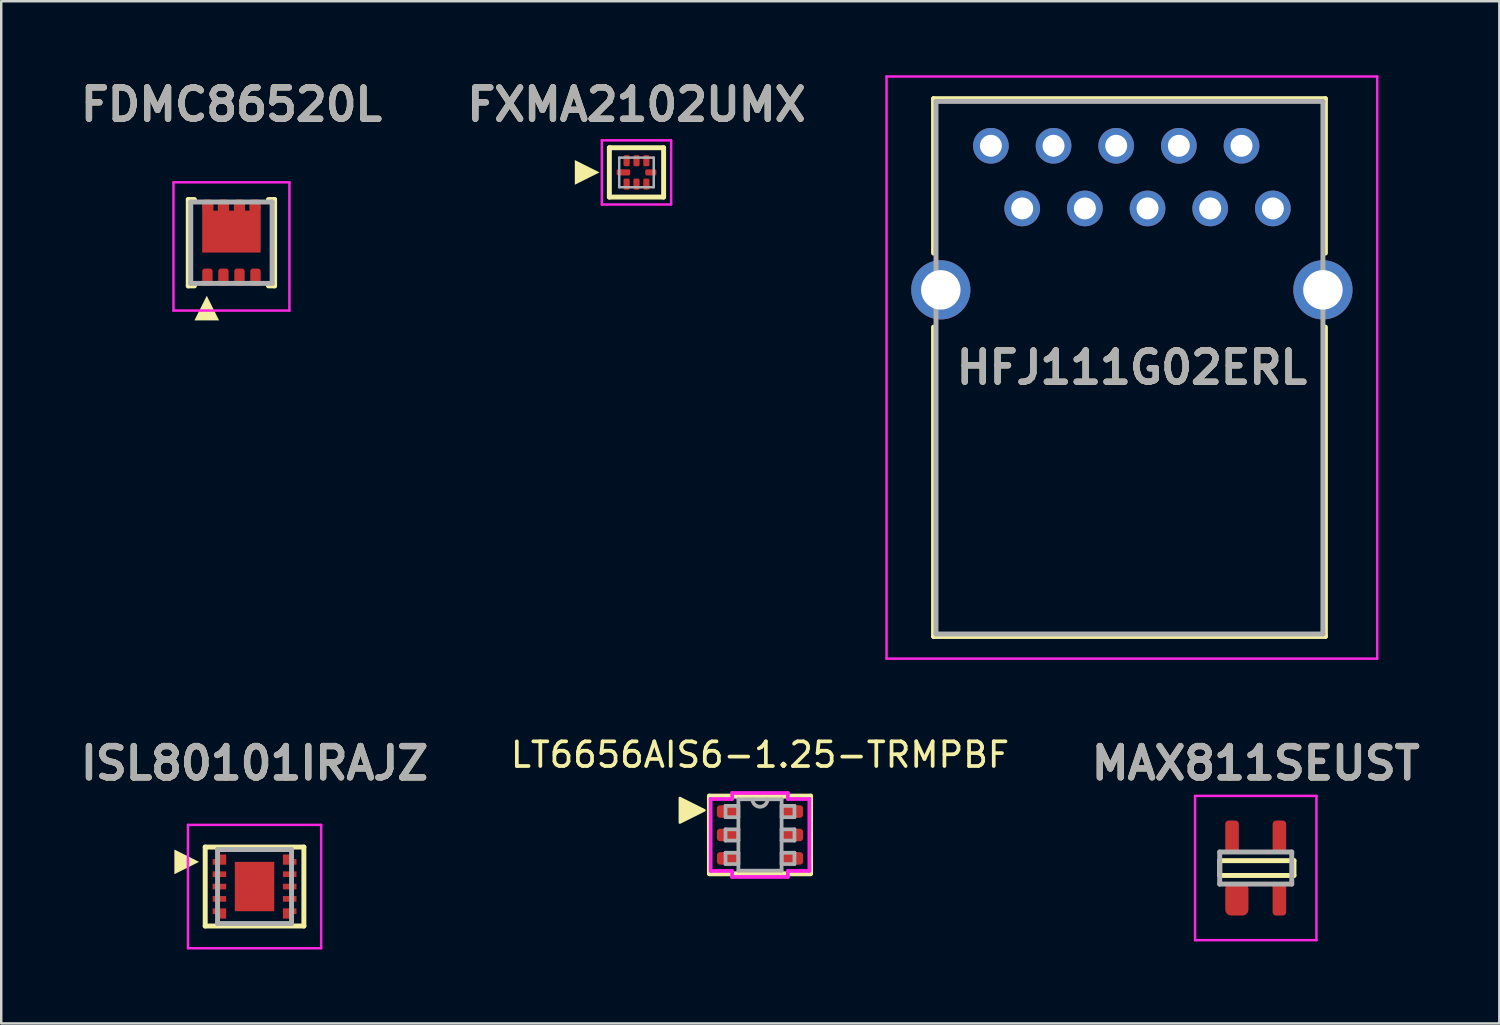
<source format=kicad_pcb>
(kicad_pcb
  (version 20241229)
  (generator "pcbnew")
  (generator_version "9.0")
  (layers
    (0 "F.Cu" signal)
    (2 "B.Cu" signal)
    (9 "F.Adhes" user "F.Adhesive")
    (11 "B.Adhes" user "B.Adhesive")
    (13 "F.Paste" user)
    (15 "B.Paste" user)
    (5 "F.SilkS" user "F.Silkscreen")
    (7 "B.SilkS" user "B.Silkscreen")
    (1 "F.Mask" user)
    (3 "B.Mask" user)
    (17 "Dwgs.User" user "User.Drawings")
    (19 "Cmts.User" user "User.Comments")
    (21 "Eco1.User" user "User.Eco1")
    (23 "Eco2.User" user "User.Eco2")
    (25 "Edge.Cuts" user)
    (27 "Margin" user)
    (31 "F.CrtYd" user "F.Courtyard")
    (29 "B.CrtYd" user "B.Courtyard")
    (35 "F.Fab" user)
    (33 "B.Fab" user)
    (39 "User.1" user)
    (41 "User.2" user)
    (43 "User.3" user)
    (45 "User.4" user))
  (footprint "ISL80101IRAJZ"
    (layer "F.Cu")
    (at 7.269 32.889)
    (property "Reference" "ISL80101IRAJZ" (at 0 -5 0) (layer "F.SilkS") (effects (font (size 1.27 1.27) (thickness 0.254))))
    (attr smd)
    (fp_line (start -2 -1.6) (end -2 1.6) (stroke (width 0.2) (type solid)) (layer "F.SilkS"))
    (fp_line (start -2 -1.6) (end 2 -1.6) (stroke (width 0.2) (type solid)) (layer "F.SilkS"))
    (fp_line (start -2 1.6) (end 2 1.6) (stroke (width 0.2) (type solid)) (layer "F.SilkS"))
    (fp_line (start 2 -1.6) (end 2 1.6) (stroke (width 0.2) (type solid)) (layer "F.SilkS"))
    (fp_poly (pts (xy -2.25 -1) (xy -3.25 -0.5) (xy -3.25 -1.5)) (stroke (width 0) (type solid)) (fill yes) (layer "F.SilkS"))
    (fp_line (start -2.7 -2.5) (end 2.7 -2.5) (stroke (width 0.1) (type solid)) (layer "F.CrtYd"))
    (fp_line (start -2.7 2.5) (end -2.7 -2.5) (stroke (width 0.1) (type solid)) (layer "F.CrtYd"))
    (fp_line (start 2.7 -2.5) (end 2.7 2.5) (stroke (width 0.1) (type solid)) (layer "F.CrtYd"))
    (fp_line (start 2.7 2.5) (end -2.7 2.5) (stroke (width 0.1) (type solid)) (layer "F.CrtYd"))
    (fp_line (start -1.5 -1.5) (end 1.5 -1.5) (stroke (width 0.2) (type solid)) (layer "F.Fab"))
    (fp_line (start -1.5 1.5) (end -1.5 -1.5) (stroke (width 0.2) (type solid)) (layer "F.Fab"))
    (fp_line (start 1.5 -1.5) (end 1.5 1.5) (stroke (width 0.2) (type solid)) (layer "F.Fab"))
    (fp_line (start 1.5 1.5) (end -1.5 1.5) (stroke (width 0.2) (type solid)) (layer "F.Fab"))
    (fp_text user "${REFERENCE}" (at 0 -5 0) (layer "F.Fab") (effects (font (size 1.27 1.27) (thickness 0.254))))
    (pad "1" smd rect (at -1.425 -1 90) (size 0.23 0.55) (layers "F.Cu" "F.Mask" "F.Paste"))
    (pad "2" smd rect (at -1.425 -0.5 90) (size 0.23 0.55) (layers "F.Cu" "F.Mask" "F.Paste"))
    (pad "3" smd rect (at -1.425 0 90) (size 0.23 0.55) (layers "F.Cu" "F.Mask" "F.Paste"))
    (pad "4" smd rect (at -1.425 0.5 90) (size 0.23 0.55) (layers "F.Cu" "F.Mask" "F.Paste"))
    (pad "5" smd rect (at -1.425 1 90) (size 0.23 0.55) (layers "F.Cu" "F.Mask" "F.Paste"))
    (pad "6" smd rect (at 1.425 1 90) (size 0.23 0.55) (layers "F.Cu" "F.Mask" "F.Paste"))
    (pad "7" smd rect (at 1.425 0.5 90) (size 0.23 0.55) (layers "F.Cu" "F.Mask" "F.Paste"))
    (pad "8" smd rect (at 1.425 0 90) (size 0.23 0.55) (layers "F.Cu" "F.Mask" "F.Paste"))
    (pad "9" smd rect (at 1.425 -0.5 90) (size 0.23 0.55) (layers "F.Cu" "F.Mask" "F.Paste"))
    (pad "10" smd rect (at 1.425 -1 90) (size 0.23 0.55) (layers "F.Cu" "F.Mask" "F.Paste"))
    (pad "11" smd rect (at 0 0) (size 1.6 2) (layers "F.Cu" "F.Mask" "F.Paste"))
    (pad "12" smd rect (at -1.288 -1.207 90) (size 0.185 0.275) (layers "F.Cu" "F.Mask" "F.Paste"))
    (pad "13" smd rect (at -1.288 1.207 90) (size 0.185 0.275) (layers "F.Cu" "F.Mask" "F.Paste"))
    (pad "14" smd rect (at 1.288 1.207 90) (size 0.185 0.275) (layers "F.Cu" "F.Mask" "F.Paste"))
    (pad "15" smd rect (at 1.288 -1.207 90) (size 0.185 0.275) (layers "F.Cu" "F.Mask" "F.Paste")))
  (footprint "FXMA2102UMX"
    (layer "F.Cu")
    (at 22.752 3.939)
    (property "Reference" "FXMA2102UMX" (at 0 -2.75 0) (layer "F.SilkS") (effects (font (size 1.27 1.27) (thickness 0.254))))
    (attr smd)
    (fp_line (start -1.1 -1) (end 1.1 -1) (stroke (width 0.2) (type solid)) (layer "F.SilkS"))
    (fp_line (start -1.1 1) (end -1.1 -1) (stroke (width 0.2) (type solid)) (layer "F.SilkS"))
    (fp_line (start 1.1 -1) (end 1.1 1) (stroke (width 0.2) (type solid)) (layer "F.SilkS"))
    (fp_line (start 1.1 1) (end -1.1 1) (stroke (width 0.2) (type solid)) (layer "F.SilkS"))
    (fp_poly (pts (xy -1.5 0) (xy -2.5 0.5) (xy -2.5 -0.5)) (stroke (width 0) (type solid)) (fill yes) (layer "F.SilkS"))
    (fp_line (start -1.405 -1.3) (end 1.405 -1.3) (stroke (width 0.1) (type solid)) (layer "F.CrtYd"))
    (fp_line (start -1.405 1.3) (end -1.405 -1.3) (stroke (width 0.1) (type solid)) (layer "F.CrtYd"))
    (fp_line (start 1.405 -1.3) (end 1.405 1.3) (stroke (width 0.1) (type solid)) (layer "F.CrtYd"))
    (fp_line (start 1.405 1.3) (end -1.405 1.3) (stroke (width 0.1) (type solid)) (layer "F.CrtYd"))
    (fp_line (start -0.7 -0.6) (end 0.7 -0.6) (stroke (width 0.1) (type solid)) (layer "F.Fab"))
    (fp_line (start -0.7 0.6) (end -0.7 -0.6) (stroke (width 0.1) (type solid)) (layer "F.Fab"))
    (fp_line (start 0.7 -0.6) (end 0.7 0.6) (stroke (width 0.1) (type solid)) (layer "F.Fab"))
    (fp_line (start 0.7 0.6) (end -0.7 0.6) (stroke (width 0.1) (type solid)) (layer "F.Fab"))
    (fp_text user "${REFERENCE}" (at 0 -2.75 0) (layer "F.Fab") (effects (font (size 1.27 1.27) (thickness 0.254))))
    (pad "1" smd roundrect (at -0.53 0 90) (size 0.25 0.55) (layers "F.Cu" "F.Mask" "F.Paste") (roundrect_rratio 0.25))
    (pad "2" smd roundrect (at -0.4 0.475) (size 0.25 0.45) (layers "F.Cu" "F.Mask" "F.Paste") (roundrect_rratio 0.25))
    (pad "3" smd roundrect (at 0 0.475) (size 0.25 0.45) (layers "F.Cu" "F.Mask" "F.Paste") (roundrect_rratio 0.25))
    (pad "4" smd roundrect (at 0.4 0.475) (size 0.25 0.45) (layers "F.Cu" "F.Mask" "F.Paste") (roundrect_rratio 0.25))
    (pad "5" smd roundrect (at 0.58 0 90) (size 0.25 0.45) (layers "F.Cu" "F.Mask" "F.Paste") (roundrect_rratio 0.25))
    (pad "6" smd roundrect (at 0.4 -0.475) (size 0.25 0.45) (layers "F.Cu" "F.Mask" "F.Paste") (roundrect_rratio 0.25))
    (pad "7" smd roundrect (at 0 -0.475) (size 0.25 0.45) (layers "F.Cu" "F.Mask" "F.Paste") (roundrect_rratio 0.25))
    (pad "8" smd roundrect (at -0.4 -0.475) (size 0.25 0.45) (layers "F.Cu" "F.Mask" "F.Paste") (roundrect_rratio 0.25)))
  (footprint "MAX811SEUST"
    (layer "F.Cu")
    (at 47.855 32.139)
    (property "Reference" "MAX811SEUST" (at 0 -4.25 0) (layer "F.SilkS") (effects (font (size 1.27 1.27) (thickness 0.254))))
    (attr smd)
    (fp_line (start -1.46 -0.3) (end 1.55 -0.3) (stroke (width 0.2) (type solid)) (layer "F.SilkS"))
    (fp_line (start -1.46 0.3) (end -1.46 -0.3) (stroke (width 0.2) (type solid)) (layer "F.SilkS"))
    (fp_line (start -1.46 0.3) (end 1.55 0.3) (stroke (width 0.2) (type solid)) (layer "F.SilkS"))
    (fp_line (start 1.55 0.3) (end 1.55 -0.3) (stroke (width 0.2) (type solid)) (layer "F.SilkS"))
    (fp_line (start -2.46 -2.925) (end 2.46 -2.925) (stroke (width 0.1) (type solid)) (layer "F.CrtYd"))
    (fp_line (start -2.46 2.925) (end -2.46 -2.925) (stroke (width 0.1) (type solid)) (layer "F.CrtYd"))
    (fp_line (start 2.46 -2.925) (end 2.46 2.925) (stroke (width 0.1) (type solid)) (layer "F.CrtYd"))
    (fp_line (start 2.46 2.925) (end -2.46 2.925) (stroke (width 0.1) (type solid)) (layer "F.CrtYd"))
    (fp_line (start -1.46 -0.65) (end 1.46 -0.65) (stroke (width 0.2) (type solid)) (layer "F.Fab"))
    (fp_line (start -1.46 0.65) (end -1.46 -0.65) (stroke (width 0.2) (type solid)) (layer "F.Fab"))
    (fp_line (start 1.46 -0.65) (end 1.46 0.65) (stroke (width 0.2) (type solid)) (layer "F.Fab"))
    (fp_line (start 1.46 0.65) (end -1.46 0.65) (stroke (width 0.2) (type solid)) (layer "F.Fab"))
    (fp_text user "${REFERENCE}" (at 0 -4.25 0) (layer "F.Fab") (effects (font (size 1.27 1.27) (thickness 0.254))))
    (pad "1" smd roundrect (at -0.765 1.27) (size 0.94 1.31) (layers "F.Cu" "F.Mask" "F.Paste") (roundrect_rratio 0.25))
    (pad "2" smd roundrect (at 0.96 1.27) (size 0.55 1.31) (layers "F.Cu" "F.Mask" "F.Paste") (roundrect_rratio 0.25))
    (pad "3" smd roundrect (at 0.96 -1.27) (size 0.55 1.31) (layers "F.Cu" "F.Mask" "F.Paste") (roundrect_rratio 0.25))
    (pad "4" smd roundrect (at -0.96 -1.27) (size 0.55 1.31) (layers "F.Cu" "F.Mask" "F.Paste") (roundrect_rratio 0.25)))
  (footprint "LT6656AIS6-1.25-TRMPBF"
    (layer "F.Cu")
    (at 27.759 30.798)
    (property "Reference" "LT6656AIS6-1.25-TRMPBF" (at 0 -3.25 0) (layer "F.SilkS") (effects (font (size 1 1) (thickness 0.15))))
    (attr through_hole)
    (fp_line (start -2.05 -1.575) (end -2.05 1.55) (stroke (width 0.2) (type solid)) (layer "F.SilkS"))
    (fp_line (start -2.05 1.575) (end 2.05 1.575) (stroke (width 0.2) (type solid)) (layer "F.SilkS"))
    (fp_line (start 2.05 -1.575) (end -2.05 -1.575) (stroke (width 0.2) (type solid)) (layer "F.SilkS"))
    (fp_line (start 2.05 -1.575) (end 2.05 1.55) (stroke (width 0.2) (type solid)) (layer "F.SilkS"))
    (fp_poly (pts (xy -2.25 -1) (xy -3.25 -0.5) (xy -3.25 -1.5)) (stroke (width 0.1) (type solid)) (fill yes) (layer "F.SilkS"))
    (fp_line (start -2.001 -1.458) (end -1.13 -1.458) (stroke (width 0.152) (type solid)) (layer "F.CrtYd"))
    (fp_line (start -2.001 1.458) (end -2.001 -1.458) (stroke (width 0.152) (type solid)) (layer "F.CrtYd"))
    (fp_line (start -1.13 -1.702) (end 1.13 -1.702) (stroke (width 0.152) (type solid)) (layer "F.CrtYd"))
    (fp_line (start -1.13 -1.458) (end -1.13 -1.702) (stroke (width 0.152) (type solid)) (layer "F.CrtYd"))
    (fp_line (start -1.13 1.458) (end -2.001 1.458) (stroke (width 0.152) (type solid)) (layer "F.CrtYd"))
    (fp_line (start -1.13 1.702) (end -1.13 1.458) (stroke (width 0.152) (type solid)) (layer "F.CrtYd"))
    (fp_line (start 1.13 -1.702) (end 1.13 -1.458) (stroke (width 0.152) (type solid)) (layer "F.CrtYd"))
    (fp_line (start 1.13 -1.458) (end 2.001 -1.458) (stroke (width 0.152) (type solid)) (layer "F.CrtYd"))
    (fp_line (start 1.13 1.458) (end 1.13 1.702) (stroke (width 0.152) (type solid)) (layer "F.CrtYd"))
    (fp_line (start 1.13 1.702) (end -1.13 1.702) (stroke (width 0.152) (type solid)) (layer "F.CrtYd"))
    (fp_line (start 2.001 -1.458) (end 2.001 1.458) (stroke (width 0.152) (type solid)) (layer "F.CrtYd"))
    (fp_line (start 2.001 1.458) (end 1.13 1.458) (stroke (width 0.152) (type solid)) (layer "F.CrtYd"))
    (fp_line (start -1.397 -1.179) (end -1.397 -0.721) (stroke (width 0.152) (type solid)) (layer "F.Fab"))
    (fp_line (start -1.397 -0.721) (end -0.876 -0.721) (stroke (width 0.152) (type solid)) (layer "F.Fab"))
    (fp_line (start -1.397 -0.229) (end -1.397 0.229) (stroke (width 0.152) (type solid)) (layer "F.Fab"))
    (fp_line (start -1.397 0.229) (end -0.876 0.229) (stroke (width 0.152) (type solid)) (layer "F.Fab"))
    (fp_line (start -1.397 0.721) (end -1.397 1.179) (stroke (width 0.152) (type solid)) (layer "F.Fab"))
    (fp_line (start -1.397 1.179) (end -0.876 1.179) (stroke (width 0.152) (type solid)) (layer "F.Fab"))
    (fp_line (start -0.876 -1.448) (end -0.876 1.448) (stroke (width 0.152) (type solid)) (layer "F.Fab"))
    (fp_line (start -0.876 -1.179) (end -1.397 -1.179) (stroke (width 0.152) (type solid)) (layer "F.Fab"))
    (fp_line (start -0.876 -0.721) (end -0.876 -1.179) (stroke (width 0.152) (type solid)) (layer "F.Fab"))
    (fp_line (start -0.876 -0.229) (end -1.397 -0.229) (stroke (width 0.152) (type solid)) (layer "F.Fab"))
    (fp_line (start -0.876 0.229) (end -0.876 -0.229) (stroke (width 0.152) (type solid)) (layer "F.Fab"))
    (fp_line (start -0.876 0.721) (end -1.397 0.721) (stroke (width 0.152) (type solid)) (layer "F.Fab"))
    (fp_line (start -0.876 1.179) (end -0.876 0.721) (stroke (width 0.152) (type solid)) (layer "F.Fab"))
    (fp_line (start -0.876 1.448) (end 0.876 1.448) (stroke (width 0.152) (type solid)) (layer "F.Fab"))
    (fp_line (start 0.876 -1.448) (end -0.876 -1.448) (stroke (width 0.152) (type solid)) (layer "F.Fab"))
    (fp_line (start 0.876 -1.179) (end 0.876 -0.721) (stroke (width 0.152) (type solid)) (layer "F.Fab"))
    (fp_line (start 0.876 -0.721) (end 1.397 -0.721) (stroke (width 0.152) (type solid)) (layer "F.Fab"))
    (fp_line (start 0.876 -0.229) (end 0.876 0.229) (stroke (width 0.152) (type solid)) (layer "F.Fab"))
    (fp_line (start 0.876 0.229) (end 1.397 0.229) (stroke (width 0.152) (type solid)) (layer "F.Fab"))
    (fp_line (start 0.876 0.721) (end 0.876 1.179) (stroke (width 0.152) (type solid)) (layer "F.Fab"))
    (fp_line (start 0.876 1.179) (end 1.397 1.179) (stroke (width 0.152) (type solid)) (layer "F.Fab"))
    (fp_line (start 0.876 1.448) (end 0.876 -1.448) (stroke (width 0.152) (type solid)) (layer "F.Fab"))
    (fp_line (start 1.397 -1.179) (end 0.876 -1.179) (stroke (width 0.152) (type solid)) (layer "F.Fab"))
    (fp_line (start 1.397 -0.721) (end 1.397 -1.179) (stroke (width 0.152) (type solid)) (layer "F.Fab"))
    (fp_line (start 1.397 -0.229) (end 0.876 -0.229) (stroke (width 0.152) (type solid)) (layer "F.Fab"))
    (fp_line (start 1.397 0.229) (end 1.397 -0.229) (stroke (width 0.152) (type solid)) (layer "F.Fab"))
    (fp_line (start 1.397 0.721) (end 0.876 0.721) (stroke (width 0.152) (type solid)) (layer "F.Fab"))
    (fp_line (start 1.397 1.179) (end 1.397 0.721) (stroke (width 0.152) (type solid)) (layer "F.Fab"))
    (fp_arc (start 0.3048 -1.4478) (mid 0 -1.143) (end -0.3048 -1.4478) (stroke (width 0.1524) (type solid)) (layer "F.Fab"))
    (pad "1" smd roundrect (at -1.312 -0.95) (size 0.871 0.507) (layers "F.Cu" "F.Mask" "F.Paste") (roundrect_rratio 0.25))
    (pad "2" smd roundrect (at -1.312 0) (size 0.871 0.507) (layers "F.Cu" "F.Mask" "F.Paste") (roundrect_rratio 0.25))
    (pad "3" smd roundrect (at -1.312 0.95) (size 0.871 0.507) (layers "F.Cu" "F.Mask" "F.Paste") (roundrect_rratio 0.25))
    (pad "4" smd roundrect (at 1.312 0.95) (size 0.871 0.507) (layers "F.Cu" "F.Mask" "F.Paste") (roundrect_rratio 0.25))
    (pad "5" smd roundrect (at 1.312 0) (size 0.871 0.507) (layers "F.Cu" "F.Mask" "F.Paste") (roundrect_rratio 0.25))
    (pad "6" smd roundrect (at 1.312 -0.95) (size 0.871 0.507) (layers "F.Cu" "F.Mask" "F.Paste") (roundrect_rratio 0.25)))
  (footprint "HFJ111G02ERL"
    (layer "F.Cu")
    (at 42.834 2.86)
    (property "Reference" "HFJ111G02ERL" (at 0 8.99 0) (layer "F.SilkS") (effects (font (size 1.27 1.27) (thickness 0.254))))
    (attr through_hole)
    (fp_line (start -8.04 -1.91) (end -8.04 4.35) (stroke (width 0.2) (type solid)) (layer "F.SilkS"))
    (fp_line (start -8.04 19.89) (end -8.04 7.35) (stroke (width 0.2) (type solid)) (layer "F.SilkS"))
    (fp_line (start 7.845 -1.91) (end -8.04 -1.91) (stroke (width 0.2) (type solid)) (layer "F.SilkS"))
    (fp_line (start 7.845 4.35) (end 7.845 -1.91) (stroke (width 0.2) (type solid)) (layer "F.SilkS"))
    (fp_line (start 7.845 7.35) (end 7.845 19.89) (stroke (width 0.2) (type solid)) (layer "F.SilkS"))
    (fp_line (start 7.845 19.89) (end -8.04 19.89) (stroke (width 0.2) (type solid)) (layer "F.SilkS"))
    (fp_line (start -9.945 -2.81) (end 9.945 -2.81) (stroke (width 0.1) (type solid)) (layer "F.CrtYd"))
    (fp_line (start -9.945 20.79) (end -9.945 -2.81) (stroke (width 0.1) (type solid)) (layer "F.CrtYd"))
    (fp_line (start 9.945 -2.81) (end 9.945 20.79) (stroke (width 0.1) (type solid)) (layer "F.CrtYd"))
    (fp_line (start 9.945 20.79) (end -9.945 20.79) (stroke (width 0.1) (type solid)) (layer "F.CrtYd"))
    (fp_line (start -7.94 -1.8) (end 7.745 -1.8) (stroke (width 0.2) (type solid)) (layer "F.Fab"))
    (fp_line (start -7.94 19.79) (end -7.94 -1.8) (stroke (width 0.2) (type solid)) (layer "F.Fab"))
    (fp_line (start 7.745 -1.8) (end 7.745 19.79) (stroke (width 0.2) (type solid)) (layer "F.Fab"))
    (fp_line (start 7.745 19.79) (end -7.94 19.79) (stroke (width 0.2) (type solid)) (layer "F.Fab"))
    (fp_text user "${REFERENCE}" (at 0 8.99 0) (layer "F.Fab") (effects (font (size 1.27 1.27) (thickness 0.254))))
    (pad "" np_thru_hole circle (at -5.715 8.89) (size 0.001 0.001) (drill 3.25) (layers "*.Cu" "*.Mask"))
    (pad "" np_thru_hole circle (at 5.715 8.89) (size 0.001 0.001) (drill 3.25) (layers "*.Cu" "*.Mask"))
    (pad "MH1" thru_hole circle (at -7.745 5.84) (size 2.4 2.4) (drill 1.6) (layers "*.Cu" "*.Mask"))
    (pad "MH2" thru_hole circle (at 7.745 5.84) (size 2.4 2.4) (drill 1.6) (layers "*.Cu" "*.Mask"))
    (pad "P1" thru_hole circle (at -5.715 0) (size 1.446 1.446) (drill 0.89) (layers "*.Cu" "*.Mask"))
    (pad "P2" thru_hole circle (at -4.445 2.54) (size 1.446 1.446) (drill 0.89) (layers "*.Cu" "*.Mask"))
    (pad "P3" thru_hole circle (at -3.175 0) (size 1.446 1.446) (drill 0.89) (layers "*.Cu" "*.Mask"))
    (pad "P4" thru_hole circle (at -1.905 2.54) (size 1.446 1.446) (drill 0.89) (layers "*.Cu" "*.Mask"))
    (pad "P5" thru_hole circle (at -0.635 0) (size 1.446 1.446) (drill 0.89) (layers "*.Cu" "*.Mask"))
    (pad "P6" thru_hole circle (at 0.635 2.54) (size 1.446 1.446) (drill 0.89) (layers "*.Cu" "*.Mask"))
    (pad "P7" thru_hole circle (at 1.905 0) (size 1.446 1.446) (drill 0.89) (layers "*.Cu" "*.Mask"))
    (pad "P8" thru_hole circle (at 3.175 2.54) (size 1.446 1.446) (drill 0.89) (layers "*.Cu" "*.Mask"))
    (pad "P9" thru_hole circle (at 4.445 0) (size 1.446 1.446) (drill 0.89) (layers "*.Cu" "*.Mask"))
    (pad "P10" thru_hole circle (at 5.715 2.54) (size 1.446 1.446) (drill 0.89) (layers "*.Cu" "*.Mask")))
  (footprint "FDMC86520L"
    (layer "F.Cu")
    (at 6.332 6.939)
    (property "Reference" "FDMC86520L" (at 0 -5.75 0) (layer "F.SilkS") (effects (font (size 1.27 1.27) (thickness 0.254))))
    (attr smd)
    (fp_line (start -1.75 -1.9) (end -1.75 1.6) (stroke (width 0.2) (type solid)) (layer "F.SilkS"))
    (fp_line (start -1.75 1.6) (end -1.5 1.6) (stroke (width 0.2) (type solid)) (layer "F.SilkS"))
    (fp_line (start -1.5 -1.9) (end -1.75 -1.9) (stroke (width 0.2) (type solid)) (layer "F.SilkS"))
    (fp_line (start 1.5 -1.9) (end 1.75 -1.9) (stroke (width 0.2) (type solid)) (layer "F.SilkS"))
    (fp_line (start 1.75 -1.9) (end 1.75 1.6) (stroke (width 0.2) (type solid)) (layer "F.SilkS"))
    (fp_line (start 1.75 1.6) (end 1.5 1.6) (stroke (width 0.2) (type solid)) (layer "F.SilkS"))
    (fp_poly (pts (xy -0.5 3) (xy -1.5 3) (xy -1 2)) (stroke (width 0) (type solid)) (fill yes) (layer "F.SilkS"))
    (fp_line (start -2.35 -2.6) (end 2.35 -2.6) (stroke (width 0.1) (type solid)) (layer "F.CrtYd"))
    (fp_line (start -2.35 2.6) (end -2.35 -2.6) (stroke (width 0.1) (type solid)) (layer "F.CrtYd"))
    (fp_line (start 2.35 -2.6) (end 2.35 2.6) (stroke (width 0.1) (type solid)) (layer "F.CrtYd"))
    (fp_line (start 2.35 2.6) (end -2.35 2.6) (stroke (width 0.1) (type solid)) (layer "F.CrtYd"))
    (fp_line (start -1.65 -1.8) (end 1.65 -1.8) (stroke (width 0.2) (type solid)) (layer "F.Fab"))
    (fp_line (start -1.65 1.5) (end -1.65 -1.8) (stroke (width 0.2) (type solid)) (layer "F.Fab"))
    (fp_line (start 1.65 -1.8) (end 1.65 1.5) (stroke (width 0.2) (type solid)) (layer "F.Fab"))
    (fp_line (start 1.65 1.5) (end -1.65 1.5) (stroke (width 0.2) (type solid)) (layer "F.Fab"))
    (fp_text user "${REFERENCE}" (at 0 -5.75 0) (layer "F.Fab") (effects (font (size 1.27 1.27) (thickness 0.254))))
    (pad "1" smd roundrect (at -0.975 1.25) (size 0.42 0.7) (layers "F.Cu" "F.Mask" "F.Paste") (roundrect_rratio 0.25))
    (pad "2" smd roundrect (at -0.325 1.25) (size 0.42 0.7) (layers "F.Cu" "F.Mask" "F.Paste") (roundrect_rratio 0.25))
    (pad "3" smd roundrect (at 0.325 1.25) (size 0.42 0.7) (layers "F.Cu" "F.Mask" "F.Paste") (roundrect_rratio 0.25))
    (pad "4" smd roundrect (at 0.975 1.25) (size 0.42 0.7) (layers "F.Cu" "F.Mask" "F.Paste") (roundrect_rratio 0.25))
    (pad "5" smd roundrect (at 0.96 -1.675 90) (size 0.45 0.45) (layers "F.Cu" "F.Mask" "F.Paste") (roundrect_rratio 0.25))
    (pad "6" smd roundrect (at 0.325 -1.675 90) (size 0.45 0.45) (layers "F.Cu" "F.Mask" "F.Paste") (roundrect_rratio 0.25))
    (pad "7" smd roundrect (at -0.325 -1.675 90) (size 0.45 0.45) (layers "F.Cu" "F.Mask" "F.Paste") (roundrect_rratio 0.25))
    (pad "8" smd roundrect (at -0.96 -1.675 90) (size 0.45 0.45) (layers "F.Cu" "F.Mask" "F.Paste") (roundrect_rratio 0.25))
    (pad "9" smd custom (at 0 -0.6) (size 2.37 1.7) (layers "F.Cu" "F.Mask" "F.Paste") (options (anchor rect)) (primitives (gr_poly (pts (xy -0.735 -0.775) (xy -0.55 -0.775) (xy -0.55 -1.06) (xy -0.1 -1.06) (xy -0.1 -0.78) (xy 0.1 -0.78) (xy 0.1 -1.06) (xy 0.55 -1.06) (xy 0.55 -0.82) (xy 0.735 -0.82) (xy 0.735 -1.06) (xy 1.185 -1.06) (xy 1.185 0.44) (xy -1.185 0.44) (xy -1.185 -1.06) (xy -0.735 -1.06)) (width 0) (fill yes)))))
  (gr_rect
    (start -3 -3)
    (end 57.731 38.439)
    (stroke (width 0.1) (type default))
    (fill no)
    (layer "Edge.Cuts")))
</source>
